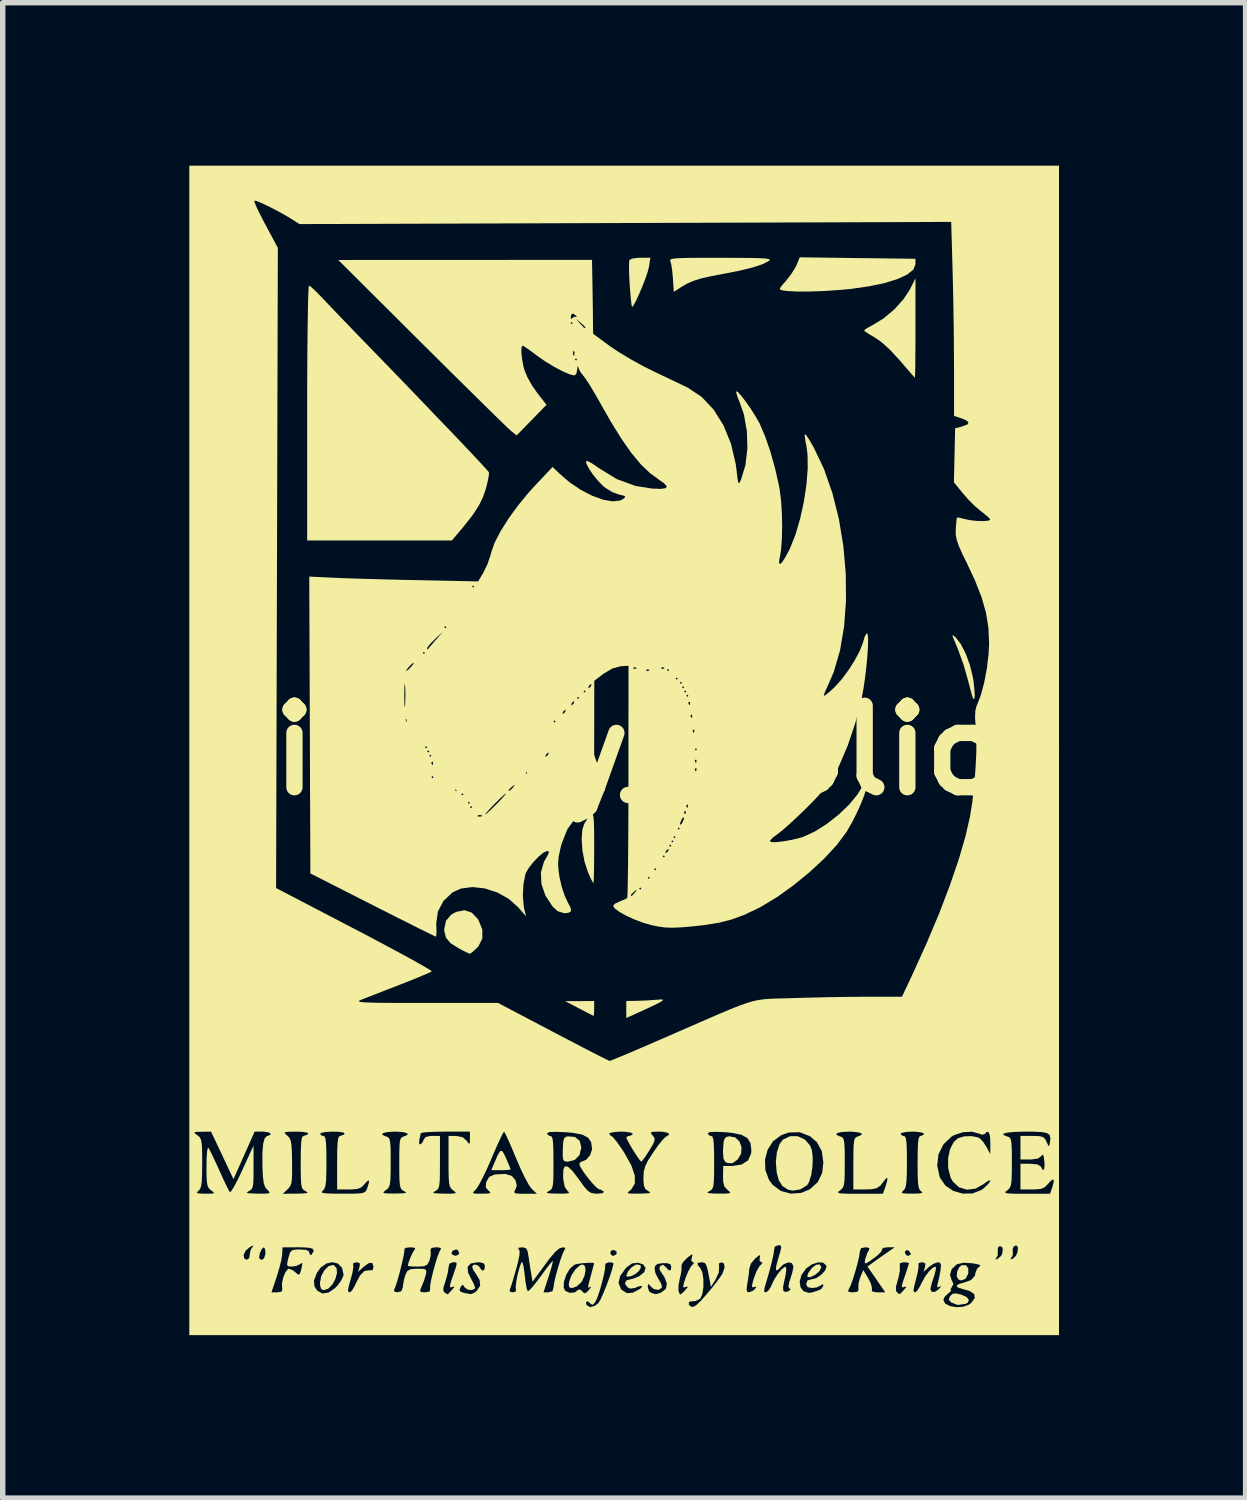
<source format=kicad_pcb>
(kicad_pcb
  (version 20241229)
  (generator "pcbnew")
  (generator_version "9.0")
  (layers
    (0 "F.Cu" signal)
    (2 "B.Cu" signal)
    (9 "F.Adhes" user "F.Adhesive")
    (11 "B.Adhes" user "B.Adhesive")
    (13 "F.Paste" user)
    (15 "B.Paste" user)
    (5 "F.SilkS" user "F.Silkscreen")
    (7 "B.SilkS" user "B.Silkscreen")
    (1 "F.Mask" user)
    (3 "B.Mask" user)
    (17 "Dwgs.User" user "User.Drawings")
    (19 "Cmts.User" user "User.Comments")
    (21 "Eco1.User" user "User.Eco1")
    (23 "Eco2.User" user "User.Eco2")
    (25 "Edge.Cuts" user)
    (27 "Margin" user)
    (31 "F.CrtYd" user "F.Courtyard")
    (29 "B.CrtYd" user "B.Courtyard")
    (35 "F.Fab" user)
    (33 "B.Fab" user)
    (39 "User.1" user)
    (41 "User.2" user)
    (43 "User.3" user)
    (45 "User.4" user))
  (footprint "Military_Police"
    (layer "F.Cu")
    (at 8.443 10.767)
    (property "Reference" "Military_Police" (at 0 0 0) (layer "F.SilkS") (effects (font (size 1.5 1.5) (thickness 0.3))))
    (attr board_only exclude_from_pos_files exclude_from_bom)
    (fp_poly (pts (xy 6.293 9.48) (xy 6.337 9.539) (xy 6.336 9.636) (xy 6.286 9.73) (xy 6.21 9.761) (xy 6.154 9.743) (xy 6.123 9.684) (xy 6.132 9.597) (xy 6.17 9.516) (xy 6.216 9.479)) (stroke (width 0) (type solid)) (fill yes) (layer "F.SilkS"))
    (fp_poly (pts (xy -0.552 4.753) (xy -0.555 4.843) (xy -0.561 4.888) (xy -0.562 4.889) (xy -0.599 4.871) (xy -0.688 4.826) (xy -0.81 4.762) (xy -0.828 4.753) (xy -1.085 4.618) (xy -0.818 4.617) (xy -0.552 4.615)) (stroke (width 0) (type solid)) (fill yes) (layer "F.SilkS"))
    (fp_poly (pts (xy 0.305 9.483) (xy 0.304 9.536) (xy 0.266 9.592) (xy 0.206 9.643) (xy 0.13 9.68) (xy 0.065 9.693) (xy 0.039 9.674) (xy 0.069 9.596) (xy 0.138 9.517) (xy 0.217 9.469) (xy 0.239 9.466)) (stroke (width 0) (type solid)) (fill yes) (layer "F.SilkS"))
    (fp_poly (pts (xy 3.627 9.505) (xy 3.629 9.523) (xy 3.597 9.587) (xy 3.522 9.654) (xy 3.435 9.697) (xy 3.401 9.702) (xy 3.37 9.688) (xy 3.386 9.634) (xy 3.396 9.614) (xy 3.461 9.526) (xy 3.533 9.473) (xy 3.595 9.464)) (stroke (width 0) (type solid)) (fill yes) (layer "F.SilkS"))
    (fp_poly (pts (xy 6.202 10.02) (xy 6.305 10.065) (xy 6.348 10.12) (xy 6.325 10.171) (xy 6.288 10.191) (xy 6.141 10.212) (xy 6.021 10.165) (xy 5.976 10.115) (xy 5.997 10.057) (xy 6.004 10.047) (xy 6.05 10.005) (xy 6.116 10)) (stroke (width 0) (type solid)) (fill yes) (layer "F.SilkS"))
    (fp_poly (pts (xy -2.213 7.427) (xy -2.174 7.512) (xy -2.127 7.621) (xy -2.097 7.696) (xy -2.09 7.716) (xy -2.126 7.724) (xy -2.215 7.73) (xy -2.268 7.73) (xy -2.446 7.73) (xy -2.389 7.593) (xy -2.328 7.452) (xy -2.285 7.38) (xy -2.251 7.373)) (stroke (width 0) (type solid)) (fill yes) (layer "F.SilkS"))
    (fp_poly (pts (xy 0.717 4.591) (xy 0.703 4.613) (xy 0.631 4.654) (xy 0.497 4.719) (xy 0.333 4.795) (xy 0.039 4.928) (xy 0.039 4.771) (xy 0.039 4.615) (xy 0.227 4.612) (xy 0.389 4.606) (xy 0.557 4.595) (xy 0.592 4.592) (xy 0.678 4.586)) (stroke (width 0) (type solid)) (fill yes) (layer "F.SilkS"))
    (fp_poly (pts (xy -5.345 9.48) (xy -5.295 9.534) (xy -5.288 9.626) (xy -5.318 9.734) (xy -5.374 9.837) (xy -5.449 9.912) (xy -5.528 9.939) (xy -5.579 9.921) (xy -5.599 9.852) (xy -5.601 9.803) (xy -5.578 9.682) (xy -5.521 9.574) (xy -5.444 9.498) (xy -5.364 9.475)) (stroke (width 0) (type solid)) (fill yes) (layer "F.SilkS"))
    (fp_poly (pts (xy -0.906 7.118) (xy -0.819 7.19) (xy -0.789 7.312) (xy -0.821 7.449) (xy -0.909 7.541) (xy -1.035 7.573) (xy -1.092 7.568) (xy -1.121 7.542) (xy -1.131 7.474) (xy -1.13 7.347) (xy -1.13 7.346) (xy -1.123 7.216) (xy -1.107 7.146) (xy -1.072 7.115) (xy -1.037 7.107)) (stroke (width 0) (type solid)) (fill yes) (layer "F.SilkS"))
    (fp_poly (pts (xy -0.721 9.497) (xy -0.711 9.576) (xy -0.731 9.677) (xy -0.777 9.776) (xy -0.792 9.796) (xy -0.871 9.868) (xy -0.952 9.9) (xy -0.954 9.9) (xy -1.008 9.889) (xy -1.021 9.842) (xy -1.01 9.773) (xy -0.967 9.658) (xy -0.894 9.553) (xy -0.813 9.482) (xy -0.762 9.466)) (stroke (width 0) (type solid)) (fill yes) (layer "F.SilkS"))
    (fp_poly (pts (xy 2.046 7.127) (xy 2.123 7.201) (xy 2.161 7.308) (xy 2.154 7.425) (xy 2.093 7.53) (xy 2.09 7.533) (xy 1.993 7.602) (xy 1.901 7.599) (xy 1.861 7.578) (xy 1.828 7.514) (xy 1.82 7.38) (xy 1.822 7.332) (xy 1.832 7.209) (xy 1.852 7.143) (xy 1.892 7.115) (xy 1.939 7.107)) (stroke (width 0) (type solid)) (fill yes) (layer "F.SilkS"))
    (fp_poly (pts (xy 0.457 -8.904) (xy 0.434 -8.814) (xy 0.391 -8.687) (xy 0.335 -8.543) (xy 0.274 -8.4) (xy 0.217 -8.276) (xy 0.171 -8.192) (xy 0.145 -8.164) (xy 0.136 -8.201) (xy 0.124 -8.3) (xy 0.111 -8.445) (xy 0.101 -8.578) (xy 0.092 -8.753) (xy 0.089 -8.899) (xy 0.092 -8.999) (xy 0.098 -9.032) (xy 0.149 -9.055) (xy 0.25 -9.07) (xy 0.303 -9.071) (xy 0.483 -9.071)) (stroke (width 0) (type solid)) (fill yes) (layer "F.SilkS"))
    (fp_poly (pts (xy 3.197 7.105) (xy 3.326 7.165) (xy 3.423 7.275) (xy 3.455 7.356) (xy 3.472 7.494) (xy 3.468 7.656) (xy 3.445 7.815) (xy 3.407 7.943) (xy 3.37 8.006) (xy 3.244 8.084) (xy 3.102 8.107) (xy 3.016 8.088) (xy 2.914 8.022) (xy 2.847 7.915) (xy 2.808 7.766) (xy 2.793 7.58) (xy 2.812 7.401) (xy 2.86 7.253) (xy 2.922 7.168) (xy 3.055 7.104)) (stroke (width 0) (type solid)) (fill yes) (layer "F.SilkS"))
    (fp_poly (pts (xy 6.071 -2.108) (xy 6.103 -2.08) (xy 6.198 -1.959) (xy 6.289 -1.781) (xy 6.367 -1.569) (xy 6.421 -1.345) (xy 6.432 -1.28) (xy 6.449 -1.124) (xy 6.455 -1.01) (xy 6.448 -0.947) (xy 6.431 -0.947) (xy 6.412 -0.99) (xy 6.393 -1.056) (xy 6.362 -1.171) (xy 6.333 -1.285) (xy 6.247 -1.586) (xy 6.14 -1.879) (xy 6.093 -1.992) (xy 6.053 -2.088) (xy 6.045 -2.123)) (stroke (width 0) (type solid)) (fill yes) (layer "F.SilkS"))
    (fp_poly (pts (xy -2.807 2.987) (xy -2.693 3.107) (xy -2.682 3.125) (xy -2.612 3.299) (xy -2.612 3.464) (xy -2.683 3.608) (xy -2.714 3.641) (xy -2.788 3.708) (xy -2.836 3.743) (xy -2.842 3.745) (xy -2.884 3.727) (xy -2.973 3.684) (xy -3.045 3.646) (xy -3.196 3.551) (xy -3.281 3.45) (xy -3.312 3.327) (xy -3.313 3.293) (xy -3.281 3.137) (xy -3.184 3.024) (xy -3.095 2.975) (xy -2.94 2.943)) (stroke (width 0) (type solid)) (fill yes) (layer "F.SilkS"))
    (fp_poly (pts (xy -0.575 1.187) (xy -0.564 1.236) (xy -0.557 1.33) (xy -0.553 1.481) (xy -0.552 1.696) (xy -0.552 1.79) (xy -0.553 2.007) (xy -0.555 2.194) (xy -0.559 2.338) (xy -0.563 2.425) (xy -0.567 2.445) (xy -0.588 2.412) (xy -0.63 2.327) (xy -0.668 2.238) (xy -0.73 2.049) (xy -0.769 1.84) (xy -0.783 1.637) (xy -0.77 1.462) (xy -0.737 1.356) (xy -0.676 1.257) (xy -0.614 1.186) (xy -0.614 1.185) (xy -0.591 1.173)) (stroke (width 0) (type solid)) (fill yes) (layer "F.SilkS"))
    (fp_poly (pts (xy 4.298 -9.065) (xy 5.364 -9.052) (xy 5.364 -8.95) (xy 5.326 -8.854) (xy 5.215 -8.764) (xy 5.039 -8.681) (xy 4.804 -8.607) (xy 4.516 -8.546) (xy 4.181 -8.498) (xy 3.994 -8.48) (xy 3.69 -8.459) (xy 3.413 -8.449) (xy 3.176 -8.449) (xy 2.994 -8.459) (xy 2.927 -8.468) (xy 2.877 -8.482) (xy 2.867 -8.506) (xy 2.902 -8.557) (xy 2.975 -8.64) (xy 3.07 -8.761) (xy 3.15 -8.888) (xy 3.174 -8.936) (xy 3.233 -9.079)) (stroke (width 0) (type solid)) (fill yes) (layer "F.SilkS"))
    (fp_poly (pts (xy 5.364 -7.778) (xy 5.364 -7.518) (xy 5.362 -7.288) (xy 5.361 -7.097) (xy 5.358 -6.956) (xy 5.356 -6.876) (xy 5.354 -6.863) (xy 5.326 -6.891) (xy 5.259 -6.967) (xy 5.162 -7.079) (xy 5.077 -7.179) (xy 4.898 -7.373) (xy 4.731 -7.523) (xy 4.614 -7.603) (xy 4.508 -7.665) (xy 4.437 -7.713) (xy 4.418 -7.732) (xy 4.45 -7.761) (xy 4.531 -7.808) (xy 4.585 -7.836) (xy 4.781 -7.957) (xy 4.976 -8.122) (xy 5.144 -8.308) (xy 5.262 -8.488) (xy 5.364 -8.693)) (stroke (width 0) (type solid)) (fill yes) (layer "F.SilkS"))
    (fp_poly (pts (xy 1.778 -9.07) (xy 1.78 -9.07) (xy 2.081 -9.069) (xy 2.31 -9.067) (xy 2.477 -9.064) (xy 2.588 -9.058) (xy 2.654 -9.049) (xy 2.68 -9.037) (xy 2.677 -9.021) (xy 2.666 -9.012) (xy 2.551 -8.953) (xy 2.362 -8.891) (xy 2.103 -8.828) (xy 1.834 -8.776) (xy 1.592 -8.73) (xy 1.41 -8.688) (xy 1.271 -8.644) (xy 1.157 -8.594) (xy 1.058 -8.536) (xy 0.914 -8.444) (xy 0.898 -8.688) (xy 0.885 -8.83) (xy 0.867 -8.947) (xy 0.851 -9.002) (xy 0.846 -9.024) (xy 0.857 -9.04) (xy 0.895 -9.053) (xy 0.967 -9.061) (xy 1.082 -9.066) (xy 1.25 -9.069) (xy 1.479 -9.07)) (stroke (width 0) (type solid)) (fill yes) (layer "F.SilkS"))
    (fp_poly (pts (xy -5.763 -8.532) (xy -5.685 -8.46) (xy -5.582 -8.356) (xy -5.54 -8.312) (xy -5.438 -8.204) (xy -5.295 -8.054) (xy -5.123 -7.875) (xy -4.937 -7.682) (xy -4.755 -7.494) (xy -4.384 -7.112) (xy -4.036 -6.752) (xy -3.715 -6.418) (xy -3.423 -6.113) (xy -3.164 -5.843) (xy -2.941 -5.609) (xy -2.76 -5.417) (xy -2.622 -5.269) (xy -2.531 -5.169) (xy -2.491 -5.122) (xy -2.49 -5.119) (xy -2.492 -5.063) (xy -2.512 -4.955) (xy -2.543 -4.829) (xy -2.598 -4.666) (xy -2.675 -4.509) (xy -2.785 -4.339) (xy -2.94 -4.141) (xy -3.016 -4.05) (xy -3.172 -3.865) (xy -4.505 -3.865) (xy -5.837 -3.865) (xy -5.837 -6.212) (xy -5.837 -6.634) (xy -5.835 -7.032) (xy -5.833 -7.398) (xy -5.829 -7.727) (xy -5.825 -8.01) (xy -5.821 -8.242) (xy -5.815 -8.415) (xy -5.81 -8.523) (xy -5.804 -8.559)) (stroke (width 0) (type solid)) (fill yes) (layer "F.SilkS"))
    (fp_poly (pts (xy -0.583 -8.539) (xy -0.58 -8.329) (xy -0.577 -8.129) (xy -0.575 -7.963) (xy -0.574 -7.859) (xy -0.572 -7.671) (xy -0.256 -7.439) (xy -0.093 -7.33) (xy 0.115 -7.205) (xy 0.341 -7.08) (xy 0.552 -6.974) (xy 0.744 -6.883) (xy 0.921 -6.799) (xy 1.065 -6.73) (xy 1.158 -6.685) (xy 1.169 -6.68) (xy 1.426 -6.51) (xy 1.647 -6.275) (xy 1.83 -5.984) (xy 1.967 -5.646) (xy 2.055 -5.27) (xy 2.071 -5.147) (xy 2.087 -5.005) (xy 2.101 -4.932) (xy 2.116 -4.918) (xy 2.137 -4.954) (xy 2.153 -4.989) (xy 2.234 -5.255) (xy 2.269 -5.56) (xy 2.259 -5.877) (xy 2.206 -6.182) (xy 2.129 -6.403) (xy 2.085 -6.513) (xy 2.063 -6.59) (xy 2.064 -6.613) (xy 2.097 -6.596) (xy 2.159 -6.526) (xy 2.24 -6.421) (xy 2.329 -6.293) (xy 2.414 -6.16) (xy 2.485 -6.036) (xy 2.496 -6.015) (xy 2.595 -5.783) (xy 2.693 -5.499) (xy 2.78 -5.188) (xy 2.85 -4.876) (xy 2.864 -4.797) (xy 2.889 -4.601) (xy 2.904 -4.372) (xy 2.909 -4.129) (xy 2.904 -3.896) (xy 2.889 -3.694) (xy 2.865 -3.544) (xy 2.858 -3.52) (xy 2.851 -3.449) (xy 2.873 -3.431) (xy 2.909 -3.465) (xy 2.966 -3.553) (xy 3.033 -3.679) (xy 3.052 -3.717) (xy 3.153 -3.968) (xy 3.239 -4.26) (xy 3.308 -4.574) (xy 3.356 -4.889) (xy 3.38 -5.186) (xy 3.377 -5.445) (xy 3.357 -5.598) (xy 3.334 -5.717) (xy 3.325 -5.801) (xy 3.327 -5.825) (xy 3.353 -5.802) (xy 3.405 -5.724) (xy 3.473 -5.609) (xy 3.485 -5.588) (xy 3.678 -5.185) (xy 3.834 -4.738) (xy 3.954 -4.26) (xy 4.036 -3.763) (xy 4.08 -3.259) (xy 4.085 -2.762) (xy 4.05 -2.284) (xy 3.974 -1.838) (xy 3.857 -1.437) (xy 3.746 -1.182) (xy 3.7 -1.082) (xy 3.677 -1.016) (xy 3.677 -1.003) (xy 3.711 -1.021) (xy 3.784 -1.08) (xy 3.875 -1.164) (xy 4.001 -1.303) (xy 4.13 -1.476) (xy 4.248 -1.662) (xy 4.341 -1.838) (xy 4.397 -1.982) (xy 4.402 -2.003) (xy 4.431 -2.099) (xy 4.466 -2.155) (xy 4.468 -2.156) (xy 4.485 -2.134) (xy 4.492 -2.047) (xy 4.489 -1.91) (xy 4.478 -1.737) (xy 4.46 -1.542) (xy 4.436 -1.339) (xy 4.407 -1.141) (xy 4.374 -0.962) (xy 4.371 -0.949) (xy 4.26 -0.516) (xy 4.118 -0.092) (xy 3.954 0.292) (xy 3.913 0.375) (xy 3.822 0.53) (xy 3.705 0.688) (xy 3.55 0.864) (xy 3.373 1.045) (xy 3.215 1.198) (xy 3.065 1.338) (xy 2.935 1.453) (xy 2.843 1.528) (xy 2.829 1.538) (xy 2.74 1.605) (xy 2.688 1.658) (xy 2.682 1.672) (xy 2.717 1.689) (xy 2.809 1.689) (xy 2.939 1.674) (xy 3.088 1.647) (xy 3.236 1.611) (xy 3.294 1.593) (xy 3.504 1.498) (xy 3.729 1.356) (xy 3.95 1.183) (xy 4.146 0.995) (xy 4.299 0.808) (xy 4.356 0.714) (xy 4.407 0.632) (xy 4.45 0.592) (xy 4.455 0.592) (xy 4.472 0.624) (xy 4.457 0.712) (xy 4.416 0.841) (xy 4.353 0.999) (xy 4.275 1.17) (xy 4.187 1.342) (xy 4.095 1.5) (xy 4.087 1.512) (xy 3.914 1.744) (xy 3.684 1.992) (xy 3.413 2.243) (xy 3.119 2.484) (xy 2.816 2.701) (xy 2.522 2.879) (xy 2.446 2.918) (xy 2.205 3.031) (xy 1.981 3.113) (xy 1.749 3.173) (xy 1.481 3.216) (xy 1.261 3.241) (xy 1.046 3.259) (xy 0.884 3.266) (xy 0.75 3.261) (xy 0.618 3.242) (xy 0.507 3.219) (xy 0.349 3.174) (xy 0.185 3.112) (xy 0.031 3.041) (xy -0.095 2.969) (xy -0.179 2.905) (xy -0.203 2.859) (xy -0.165 2.82) (xy -0.082 2.781) (xy -0.081 2.781) (xy 0.007 2.746) (xy 0.056 2.719) (xy 0.06 2.676) (xy 0.061 2.656) (xy 0.126 2.656) (xy 0.126 2.681) (xy 0.133 2.682) (xy 0.166 2.655) (xy 0.202 2.613) (xy 0.236 2.566) (xy 0.216 2.576) (xy 0.187 2.598) (xy 0.126 2.656) (xy 0.061 2.656) (xy 0.064 2.562) (xy 0.064 2.544) (xy 0.276 2.544) (xy 0.296 2.564) (xy 0.316 2.544) (xy 0.296 2.524) (xy 0.276 2.544) (xy 0.064 2.544) (xy 0.067 2.384) (xy 0.068 2.347) (xy 0.434 2.347) (xy 0.454 2.366) (xy 0.473 2.347) (xy 0.454 2.327) (xy 0.434 2.347) (xy 0.068 2.347) (xy 0.07 2.189) (xy 0.552 2.189) (xy 0.572 2.209) (xy 0.592 2.189) (xy 0.572 2.169) (xy 0.552 2.189) (xy 0.07 2.189) (xy 0.071 2.148) (xy 0.073 1.952) (xy 0.71 1.952) (xy 0.73 1.972) (xy 0.749 1.952) (xy 0.73 1.933) (xy 0.71 1.952) (xy 0.073 1.952) (xy 0.073 1.891) (xy 0.759 1.891) (xy 0.764 1.893) (xy 0.8 1.865) (xy 0.809 1.854) (xy 0.819 1.817) (xy 0.813 1.814) (xy 0.777 1.842) (xy 0.769 1.854) (xy 0.759 1.891) (xy 0.073 1.891) (xy 0.074 1.863) (xy 0.074 1.755) (xy 0.828 1.755) (xy 0.848 1.775) (xy 0.868 1.755) (xy 0.848 1.735) (xy 0.828 1.755) (xy 0.074 1.755) (xy 0.075 1.676) (xy 0.868 1.676) (xy 0.887 1.696) (xy 0.907 1.676) (xy 0.887 1.657) (xy 0.868 1.676) (xy 0.075 1.676) (xy 0.075 1.597) (xy 0.907 1.597) (xy 0.927 1.617) (xy 0.947 1.597) (xy 0.927 1.578) (xy 0.907 1.597) (xy 0.075 1.597) (xy 0.076 1.535) (xy 0.076 1.44) (xy 0.986 1.44) (xy 1.006 1.459) (xy 1.025 1.44) (xy 1.006 1.42) (xy 0.986 1.44) (xy 0.076 1.44) (xy 0.077 1.361) (xy 1.027 1.361) (xy 1.043 1.368) (xy 1.065 1.341) (xy 1.098 1.269) (xy 1.103 1.242) (xy 1.087 1.235) (xy 1.065 1.262) (xy 1.032 1.334) (xy 1.027 1.361) (xy 0.077 1.361) (xy 0.077 1.173) (xy 0.078 1.144) (xy 1.104 1.144) (xy 1.119 1.176) (xy 1.131 1.17) (xy 1.135 1.123) (xy 1.131 1.117) (xy 1.107 1.123) (xy 1.104 1.144) (xy 0.078 1.144) (xy 0.078 1.025) (xy 1.144 1.025) (xy 1.158 1.058) (xy 1.17 1.052) (xy 1.175 1.005) (xy 1.17 0.999) (xy 1.147 1.005) (xy 1.144 1.025) (xy 0.078 1.025) (xy 0.078 0.907) (xy 1.183 0.907) (xy 1.198 0.94) (xy 1.21 0.933) (xy 1.214 0.887) (xy 1.21 0.881) (xy 1.186 0.886) (xy 1.183 0.907) (xy 0.078 0.907) (xy 0.078 0.782) (xy 0.079 0.569) (xy 0.079 0.355) (xy 1.302 0.355) (xy 1.316 0.387) (xy 1.328 0.381) (xy 1.333 0.334) (xy 1.328 0.329) (xy 1.304 0.334) (xy 1.302 0.355) (xy 0.079 0.355) (xy 0.079 0.197) (xy 1.302 0.197) (xy 1.316 0.23) (xy 1.328 0.223) (xy 1.333 0.177) (xy 1.328 0.171) (xy 1.304 0.176) (xy 1.302 0.197) (xy 0.079 0.197) (xy 0.079 -0.02) (xy 1.302 -0.02) (xy 1.321 0) (xy 1.341 -0.02) (xy 1.321 -0.039) (xy 1.302 -0.02) (xy 0.079 -0.02) (xy 0.079 -0.355) (xy 1.262 -0.355) (xy 1.277 -0.323) (xy 1.288 -0.329) (xy 1.293 -0.375) (xy 1.288 -0.381) (xy 1.265 -0.376) (xy 1.262 -0.355) (xy 0.079 -0.355) (xy 0.079 -0.631) (xy 1.223 -0.631) (xy 1.237 -0.599) (xy 1.249 -0.605) (xy 1.254 -0.652) (xy 1.249 -0.657) (xy 1.226 -0.652) (xy 1.223 -0.631) (xy 0.079 -0.631) (xy 0.08 -0.868) (xy 1.183 -0.868) (xy 1.198 -0.835) (xy 1.21 -0.841) (xy 1.214 -0.888) (xy 1.21 -0.894) (xy 1.186 -0.889) (xy 1.183 -0.868) (xy 0.08 -0.868) (xy 0.08 -1.006) (xy 1.144 -1.006) (xy 1.164 -0.986) (xy 1.183 -1.006) (xy 1.164 -1.025) (xy 1.144 -1.006) (xy 0.08 -1.006) (xy 0.08 -1.085) (xy 1.104 -1.085) (xy 1.124 -1.065) (xy 1.144 -1.085) (xy 1.124 -1.104) (xy 1.104 -1.085) (xy 0.08 -1.085) (xy 0.08 -1.164) (xy 1.065 -1.164) (xy 1.085 -1.144) (xy 1.104 -1.164) (xy 1.085 -1.183) (xy 1.065 -1.164) (xy 0.08 -1.164) (xy 0.08 -1.242) (xy 1.025 -1.242) (xy 1.045 -1.223) (xy 1.065 -1.242) (xy 1.045 -1.262) (xy 1.025 -1.242) (xy 0.08 -1.242) (xy 0.08 -1.321) (xy 0.947 -1.321) (xy 0.966 -1.302) (xy 0.986 -1.321) (xy 0.966 -1.341) (xy 0.947 -1.321) (xy 0.08 -1.321) (xy 0.08 -1.486) (xy 0.408 -1.486) (xy 0.413 -1.462) (xy 0.434 -1.459) (xy 0.466 -1.474) (xy 0.464 -1.479) (xy 0.789 -1.479) (xy 0.809 -1.459) (xy 0.828 -1.479) (xy 0.809 -1.499) (xy 0.789 -1.479) (xy 0.464 -1.479) (xy 0.46 -1.486) (xy 0.413 -1.49) (xy 0.408 -1.486) (xy 0.08 -1.486) (xy 0.08 -1.525) (xy 0.171 -1.525) (xy 0.176 -1.502) (xy 0.197 -1.499) (xy 0.23 -1.513) (xy 0.223 -1.525) (xy 0.684 -1.525) (xy 0.689 -1.502) (xy 0.71 -1.499) (xy 0.742 -1.513) (xy 0.736 -1.525) (xy 0.689 -1.53) (xy 0.684 -1.525) (xy 0.223 -1.525) (xy 0.177 -1.53) (xy 0.171 -1.525) (xy 0.08 -1.525) (xy 0.08 -1.558) (xy -0.064 -1.549) (xy -0.216 -1.508) (xy -0.379 -1.411) (xy -0.55 -1.282) (xy -0.552 -0.118) (xy -0.555 1.045) (xy -0.721 1.124) (xy -0.903 1.254) (xy -1.046 1.453) (xy -1.152 1.72) (xy -1.17 1.79) (xy -1.206 1.957) (xy -1.217 2.092) (xy -1.205 2.237) (xy -1.189 2.341) (xy -1.15 2.511) (xy -1.096 2.674) (xy -1.045 2.784) (xy -0.986 2.899) (xy -0.979 2.964) (xy -1.027 2.992) (xy -1.107 2.998) (xy -1.226 2.96) (xy -1.319 2.874) (xy -1.451 2.672) (xy -1.524 2.457) (xy -1.533 2.246) (xy -1.478 2.055) (xy -1.459 2.02) (xy -1.402 1.921) (xy -1.384 1.871) (xy -1.403 1.855) (xy -1.42 1.854) (xy -1.486 1.883) (xy -1.577 1.958) (xy -1.674 2.06) (xy -1.758 2.167) (xy -1.812 2.26) (xy -1.815 2.269) (xy -1.854 2.459) (xy -1.866 2.678) (xy -1.848 2.88) (xy -1.84 2.919) (xy -1.806 3.057) (xy -1.949 2.891) (xy -2.125 2.734) (xy -2.337 2.616) (xy -2.565 2.542) (xy -2.793 2.517) (xy -3.003 2.544) (xy -3.159 2.614) (xy -3.327 2.772) (xy -3.43 2.968) (xy -3.461 3.192) (xy -3.459 3.224) (xy -3.455 3.339) (xy -3.46 3.414) (xy -3.468 3.43) (xy -3.507 3.412) (xy -3.608 3.363) (xy -3.763 3.286) (xy -3.962 3.186) (xy -4.198 3.068) (xy -4.462 2.934) (xy -4.634 2.847) (xy -5.778 2.266) (xy -5.782 1.213) (xy -2.704 1.213) (xy -2.666 1.22) (xy -2.614 1.212) (xy -2.614 1.199) (xy -2.667 1.189) (xy -2.689 1.196) (xy -2.704 1.213) (xy -5.782 1.213) (xy -5.782 1.183) (xy -2.561 1.183) (xy -2.561 1.183) (xy -2.525 1.157) (xy -2.451 1.089) (xy -2.353 0.992) (xy -2.347 0.986) (xy -2.254 0.889) (xy -2.192 0.819) (xy -2.171 0.789) (xy -2.172 0.789) (xy -2.208 0.815) (xy -2.282 0.883) (xy -2.38 0.98) (xy -2.386 0.986) (xy -2.479 1.083) (xy -2.541 1.153) (xy -2.561 1.183) (xy -5.782 1.183) (xy -5.783 1.045) (xy -2.84 1.045) (xy -2.82 1.065) (xy -2.8 1.045) (xy -2.82 1.025) (xy -2.84 1.045) (xy -5.783 1.045) (xy -5.783 0.966) (xy -2.879 0.966) (xy -2.859 0.986) (xy -2.84 0.966) (xy -2.859 0.947) (xy -2.879 0.966) (xy -5.783 0.966) (xy -5.784 0.809) (xy -2.998 0.809) (xy -2.978 0.828) (xy -2.958 0.809) (xy -2.978 0.789) (xy -2.998 0.809) (xy -5.784 0.809) (xy -5.784 0.73) (xy -3.116 0.73) (xy -3.096 0.749) (xy -3.081 0.734) (xy -2.13 0.734) (xy -2.111 0.746) (xy -2.058 0.696) (xy -2.046 0.68) (xy -2.012 0.634) (xy -2.032 0.643) (xy -2.061 0.665) (xy -2.115 0.714) (xy -2.13 0.734) (xy -3.081 0.734) (xy -3.076 0.73) (xy -3.096 0.71) (xy -3.116 0.73) (xy -5.784 0.73) (xy -5.785 0.493) (xy -3.55 0.493) (xy -3.53 0.513) (xy -3.51 0.493) (xy -3.53 0.473) (xy -3.55 0.493) (xy -5.785 0.493) (xy -5.785 0.414) (xy -1.814 0.414) (xy -1.795 0.434) (xy -1.775 0.414) (xy -1.795 0.394) (xy -1.814 0.414) (xy -5.785 0.414) (xy -5.786 0.237) (xy -3.55 0.237) (xy -3.535 0.269) (xy -3.523 0.263) (xy -3.519 0.216) (xy -3.523 0.21) (xy -3.547 0.216) (xy -3.55 0.237) (xy -5.786 0.237) (xy -5.786 0.099) (xy -3.589 0.099) (xy -3.569 0.118) (xy -3.567 0.116) (xy -1.45 0.116) (xy -1.444 0.118) (xy -1.408 0.091) (xy -1.4 0.079) (xy -1.39 0.042) (xy -1.395 0.039) (xy -1.431 0.067) (xy -1.44 0.079) (xy -1.45 0.116) (xy -3.567 0.116) (xy -3.55 0.099) (xy -3.569 0.079) (xy -3.589 0.099) (xy -5.786 0.099) (xy -5.786 0.02) (xy -3.629 0.02) (xy -3.609 0.039) (xy -3.589 0.02) (xy -3.609 0) (xy -3.629 0.02) (xy -5.786 0.02) (xy -5.787 -0.059) (xy -3.668 -0.059) (xy -3.648 -0.039) (xy -3.629 -0.059) (xy -3.648 -0.079) (xy -3.668 -0.059) (xy -5.787 -0.059) (xy -5.787 -0.225) (xy -3.819 -0.225) (xy -3.81 -0.203) (xy -3.77 -0.161) (xy -3.747 -0.17) (xy -3.747 -0.175) (xy -3.775 -0.209) (xy -3.792 -0.221) (xy -3.819 -0.225) (xy -5.787 -0.225) (xy -5.788 -0.457) (xy -3.973 -0.457) (xy -3.969 -0.416) (xy -3.94 -0.347) (xy -3.903 -0.29) (xy -3.884 -0.276) (xy -3.886 -0.307) (xy -3.912 -0.375) (xy -3.949 -0.441) (xy -3.973 -0.457) (xy -5.788 -0.457) (xy -5.788 -0.467) (xy -5.789 -0.552) (xy -4.023 -0.552) (xy -4.009 -0.52) (xy -3.997 -0.526) (xy -3.996 -0.532) (xy -1.302 -0.532) (xy -1.282 -0.513) (xy -1.262 -0.532) (xy -1.282 -0.552) (xy -1.302 -0.532) (xy -3.996 -0.532) (xy -3.992 -0.573) (xy -3.997 -0.578) (xy -4.02 -0.573) (xy -4.023 -0.552) (xy -5.789 -0.552) (xy -5.789 -0.673) (xy -1.134 -0.673) (xy -1.129 -0.67) (xy -1.093 -0.698) (xy -1.085 -0.71) (xy -1.075 -0.747) (xy -1.08 -0.749) (xy -1.116 -0.722) (xy -1.124 -0.71) (xy -1.134 -0.673) (xy -5.789 -0.673) (xy -5.79 -1.006) (xy -4.048 -1.006) (xy -4.047 -0.875) (xy -4.043 -0.804) (xy -4.038 -0.8) (xy -4.034 -0.831) (xy -0.976 -0.831) (xy -0.971 -0.828) (xy -0.935 -0.856) (xy -0.927 -0.868) (xy -0.917 -0.905) (xy -0.922 -0.907) (xy -0.958 -0.879) (xy -0.966 -0.868) (xy -0.976 -0.831) (xy -4.034 -0.831) (xy -4.033 -0.839) (xy -4.029 -0.966) (xy -0.868 -0.966) (xy -0.848 -0.947) (xy -0.828 -0.966) (xy -0.848 -0.986) (xy -0.868 -0.966) (xy -4.029 -0.966) (xy -4.027 -0.997) (xy -4.029 -1.085) (xy -0.749 -1.085) (xy -0.73 -1.065) (xy -0.71 -1.085) (xy -0.73 -1.104) (xy -0.749 -1.085) (xy -4.029 -1.085) (xy -4.031 -1.146) (xy -0.661 -1.146) (xy -0.655 -1.144) (xy -0.619 -1.172) (xy -0.611 -1.183) (xy -0.601 -1.22) (xy -0.607 -1.223) (xy -0.643 -1.195) (xy -0.651 -1.183) (xy -0.661 -1.146) (xy -4.031 -1.146) (xy -4.031 -1.157) (xy -4.034 -1.194) (xy -4.04 -1.231) (xy -4.045 -1.197) (xy -4.048 -1.101) (xy -4.048 -1.006) (xy -5.79 -1.006) (xy -5.792 -1.459) (xy -4.015 -1.459) (xy -3.977 -1.485) (xy -3.924 -1.538) (xy -3.879 -1.595) (xy -3.873 -1.617) (xy -3.911 -1.591) (xy -3.964 -1.538) (xy -4.009 -1.481) (xy -4.015 -1.459) (xy -5.792 -1.459) (xy -5.793 -1.795) (xy -3.707 -1.795) (xy -3.688 -1.775) (xy -3.668 -1.795) (xy -3.688 -1.814) (xy -3.707 -1.795) (xy -5.793 -1.795) (xy -5.793 -1.879) (xy -3.629 -1.879) (xy -3.621 -1.854) (xy -3.619 -1.857) (xy -3.589 -1.894) (xy -3.524 -1.97) (xy -3.471 -2.032) (xy -3.333 -2.189) (xy -3.481 -2.053) (xy -3.565 -1.968) (xy -3.619 -1.901) (xy -3.629 -1.879) (xy -5.793 -1.879) (xy -5.795 -2.268) (xy -3.313 -2.268) (xy -3.293 -2.248) (xy -3.274 -2.268) (xy -3.293 -2.288) (xy -3.313 -2.268) (xy -5.795 -2.268) (xy -5.798 -3.017) (xy -2.8 -3.017) (xy -2.781 -2.998) (xy -2.761 -3.017) (xy -2.781 -3.037) (xy -2.8 -3.017) (xy -5.798 -3.017) (xy -5.798 -3.2) (xy -5.335 -3.178) (xy -5.166 -3.171) (xy -4.936 -3.163) (xy -4.66 -3.155) (xy -4.355 -3.147) (xy -4.037 -3.139) (xy -3.78 -3.134) (xy -2.688 -3.111) (xy -2.588 -3.282) (xy -2.517 -3.43) (xy -2.459 -3.598) (xy -2.445 -3.654) (xy -2.386 -3.823) (xy -2.278 -4.032) (xy -2.131 -4.266) (xy -1.953 -4.511) (xy -1.753 -4.754) (xy -1.631 -4.887) (xy -1.318 -5.219) (xy -1.193 -5.098) (xy -1.002 -4.934) (xy -0.795 -4.795) (xy -0.585 -4.687) (xy -0.385 -4.615) (xy -0.21 -4.585) (xy -0.072 -4.601) (xy -0.023 -4.626) (xy 0.02 -4.664) (xy 0.008 -4.686) (xy -0.07 -4.705) (xy -0.093 -4.71) (xy -0.214 -4.754) (xy -0.342 -4.831) (xy -0.38 -4.861) (xy -0.48 -4.962) (xy -0.575 -5.079) (xy -0.652 -5.193) (xy -0.697 -5.285) (xy -0.702 -5.328) (xy -0.668 -5.325) (xy -0.587 -5.281) (xy -0.478 -5.207) (xy -0.465 -5.197) (xy -0.135 -4.995) (xy 0.21 -4.869) (xy 0.503 -4.822) (xy 0.672 -4.815) (xy 0.765 -4.828) (xy 0.785 -4.862) (xy 0.733 -4.92) (xy 0.641 -4.984) (xy 0.471 -5.109) (xy 0.302 -5.272) (xy 0.13 -5.48) (xy -0.052 -5.74) (xy -0.25 -6.06) (xy -0.434 -6.383) (xy -0.533 -6.558) (xy -0.625 -6.712) (xy -0.7 -6.829) (xy -0.748 -6.893) (xy -0.751 -6.896) (xy -0.815 -6.982) (xy -0.839 -7.04) (xy -0.853 -7.08) (xy -0.861 -7.046) (xy -0.863 -7.011) (xy -0.882 -6.932) (xy -0.917 -6.903) (xy -1.005 -6.925) (xy -1.138 -6.983) (xy -1.295 -7.066) (xy -1.458 -7.165) (xy -1.505 -7.198) (xy -0.907 -7.198) (xy -0.887 -7.178) (xy -0.868 -7.198) (xy -0.887 -7.218) (xy -0.907 -7.198) (xy -1.505 -7.198) (xy -1.607 -7.269) (xy -1.616 -7.276) (xy -1.674 -7.32) (xy -0.943 -7.32) (xy -0.936 -7.268) (xy -0.923 -7.268) (xy -0.913 -7.321) (xy -0.92 -7.343) (xy -0.937 -7.358) (xy -0.943 -7.32) (xy -1.674 -7.32) (xy -1.731 -7.362) (xy -1.821 -7.425) (xy -1.868 -7.454) (xy -1.87 -7.454) (xy -1.89 -7.42) (xy -1.893 -7.33) (xy -1.88 -7.207) (xy -1.855 -7.072) (xy -1.836 -7.002) (xy -1.781 -6.871) (xy -1.694 -6.716) (xy -1.605 -6.588) (xy -1.43 -6.363) (xy -1.705 -6.081) (xy -1.98 -5.799) (xy -2.088 -5.887) (xy -2.136 -5.931) (xy -2.234 -6.025) (xy -2.377 -6.164) (xy -2.559 -6.343) (xy -2.775 -6.556) (xy -3.019 -6.797) (xy -3.286 -7.061) (xy -3.57 -7.343) (xy -3.731 -7.503) (xy -4.098 -7.868) (xy -0.986 -7.868) (xy -0.966 -7.849) (xy -0.947 -7.868) (xy -0.966 -7.888) (xy -0.986 -7.868) (xy -4.098 -7.868) (xy -4.207 -7.977) (xy -0.983 -7.977) (xy -0.973 -7.939) (xy -0.967 -7.947) (xy -0.887 -7.947) (xy -0.812 -7.859) (xy -0.742 -7.784) (xy -0.712 -7.773) (xy -0.71 -7.783) (xy -0.737 -7.816) (xy -0.799 -7.872) (xy -0.887 -7.947) (xy -0.967 -7.947) (xy -0.96 -7.957) (xy -0.918 -7.987) (xy -0.898 -7.981) (xy -0.874 -7.98) (xy -0.884 -8) (xy -0.936 -8.044) (xy -0.976 -8.021) (xy -0.983 -7.977) (xy -4.207 -7.977) (xy -5.265 -9.03) (xy -2.928 -9.031) (xy -0.592 -9.032)) (stroke (width 0) (type solid)) (fill yes) (layer "F.SilkS"))
    (fp_poly (pts (xy 8.007 0) (xy 8.007 10.767) (xy 0 10.767) (xy -8.007 10.767) (xy -8.007 10.164) (xy -0.704 10.164) (xy -0.692 10.213) (xy -0.629 10.252) (xy -0.541 10.229) (xy -0.508 10.203) (xy 1.19 10.203) (xy 1.21 10.228) (xy 1.257 10.252) (xy 1.32 10.221) (xy 1.341 10.204) (xy 1.41 10.137) (xy 1.428 10.117) (xy 5.877 10.117) (xy 5.911 10.186) (xy 5.998 10.232) (xy 6.116 10.253) (xy 6.241 10.245) (xy 6.349 10.206) (xy 6.389 10.176) (xy 6.455 10.085) (xy 6.447 10.012) (xy 6.364 9.956) (xy 6.242 9.921) (xy 6.142 9.889) (xy 6.121 9.854) (xy 6.178 9.821) (xy 6.238 9.806) (xy 6.384 9.755) (xy 6.458 9.676) (xy 6.468 9.621) (xy 6.5 9.542) (xy 6.536 9.511) (xy 6.561 9.486) (xy 6.526 9.466) (xy 6.422 9.446) (xy 6.41 9.444) (xy 6.251 9.434) (xy 6.137 9.46) (xy 6.115 9.471) (xy 6.03 9.554) (xy 6 9.658) (xy 6.031 9.758) (xy 6.036 9.764) (xy 6.063 9.827) (xy 6.034 9.88) (xy 6.009 9.928) (xy 6.019 9.939) (xy 6.016 9.958) (xy 5.964 10.001) (xy 5.899 10.065) (xy 5.877 10.117) (xy 1.428 10.117) (xy 1.506 10.029) (xy 1.599 9.918) (xy 2.254 9.918) (xy 2.264 9.967) (xy 2.297 9.979) (xy 2.334 9.965) (xy 2.577 9.965) (xy 2.606 9.981) (xy 2.652 9.951) (xy 2.7 9.881) (xy 2.713 9.85) (xy 2.763 9.744) (xy 2.83 9.639) (xy 2.899 9.556) (xy 2.955 9.512) (xy 2.979 9.513) (xy 2.985 9.563) (xy 2.972 9.663) (xy 2.955 9.739) (xy 2.926 9.879) (xy 2.931 9.954) (xy 2.973 9.974) (xy 3.025 9.959) (xy 3.066 9.929) (xy 3.049 9.912) (xy 3.026 9.88) (xy 3.037 9.803) (xy 3.044 9.78) (xy 3.232 9.78) (xy 3.247 9.886) (xy 3.305 9.961) (xy 3.402 9.989) (xy 3.47 9.979) (xy 3.514 9.964) (xy 4.122 9.964) (xy 4.176 9.978) (xy 4.212 9.979) (xy 4.294 9.969) (xy 4.317 9.934) (xy 4.312 9.906) (xy 4.314 9.822) (xy 4.343 9.713) (xy 4.347 9.702) (xy 4.402 9.569) (xy 4.492 9.716) (xy 4.543 9.818) (xy 4.563 9.901) (xy 4.561 9.92) (xy 4.564 9.961) (xy 4.626 9.977) (xy 4.673 9.979) (xy 4.808 9.979) (xy 4.74 9.881) (xy 5.003 9.881) (xy 5.007 9.954) (xy 5.021 9.974) (xy 5.057 10.009) (xy 5.084 10.006) (xy 5.131 9.957) (xy 5.149 9.937) (xy 5.156 9.929) (xy 5.329 9.929) (xy 5.332 9.967) (xy 5.352 9.978) (xy 5.362 9.979) (xy 5.399 9.946) (xy 5.45 9.863) (xy 5.475 9.811) (xy 5.537 9.696) (xy 5.611 9.596) (xy 5.68 9.528) (xy 5.731 9.508) (xy 5.739 9.513) (xy 5.739 9.558) (xy 5.716 9.651) (xy 5.7 9.701) (xy 5.663 9.816) (xy 5.642 9.904) (xy 5.64 9.924) (xy 5.666 9.972) (xy 5.726 9.97) (xy 5.795 9.921) (xy 5.803 9.912) (xy 5.837 9.866) (xy 5.818 9.869) (xy 5.801 9.879) (xy 5.765 9.889) (xy 5.767 9.842) (xy 5.774 9.817) (xy 5.799 9.712) (xy 5.823 9.585) (xy 5.825 9.574) (xy 5.834 9.477) (xy 5.816 9.434) (xy 5.776 9.426) (xy 5.698 9.452) (xy 5.61 9.513) (xy 5.608 9.515) (xy 5.512 9.604) (xy 5.539 9.515) (xy 5.547 9.448) (xy 5.502 9.427) (xy 5.483 9.426) (xy 5.425 9.439) (xy 5.419 9.459) (xy 5.421 9.513) (xy 5.404 9.616) (xy 5.382 9.706) (xy 5.346 9.847) (xy 5.329 9.929) (xy 5.156 9.929) (xy 5.194 9.883) (xy 5.185 9.872) (xy 5.155 9.882) (xy 5.122 9.889) (xy 5.113 9.864) (xy 5.13 9.792) (xy 5.168 9.681) (xy 5.209 9.559) (xy 5.237 9.471) (xy 5.246 9.44) (xy 5.212 9.43) (xy 5.151 9.426) (xy 5.082 9.44) (xy 5.073 9.491) (xy 5.076 9.504) (xy 5.076 9.587) (xy 5.052 9.706) (xy 5.037 9.756) (xy 5.003 9.881) (xy 4.74 9.881) (xy 4.644 9.741) (xy 4.48 9.504) (xy 4.574 9.436) (xy 4.662 9.373) (xy 6.834 9.373) (xy 6.835 9.372) (xy 7.11 9.372) (xy 7.149 9.365) (xy 7.153 9.364) (xy 7.213 9.309) (xy 7.242 9.243) (xy 7.252 9.149) (xy 7.221 9.116) (xy 7.178 9.131) (xy 7.151 9.186) (xy 7.157 9.218) (xy 7.154 9.298) (xy 7.134 9.334) (xy 7.11 9.372) (xy 6.835 9.372) (xy 6.872 9.366) (xy 6.875 9.364) (xy 6.94 9.309) (xy 6.962 9.265) (xy 6.971 9.184) (xy 6.961 9.15) (xy 6.919 9.125) (xy 6.882 9.154) (xy 6.879 9.213) (xy 6.88 9.218) (xy 6.878 9.298) (xy 6.858 9.334) (xy 6.834 9.373) (xy 4.662 9.373) (xy 4.665 9.371) (xy 4.782 9.288) (xy 4.824 9.259) (xy 4.843 9.246) (xy 5.167 9.246) (xy 5.199 9.3) (xy 5.229 9.308) (xy 5.275 9.285) (xy 5.276 9.261) (xy 5.237 9.209) (xy 5.19 9.203) (xy 5.167 9.246) (xy 4.843 9.246) (xy 4.981 9.15) (xy 4.855 9.15) (xy 4.775 9.16) (xy 4.748 9.182) (xy 4.75 9.185) (xy 4.735 9.228) (xy 4.673 9.293) (xy 4.644 9.316) (xy 4.526 9.403) (xy 4.458 9.444) (xy 4.431 9.441) (xy 4.433 9.397) (xy 4.441 9.361) (xy 4.474 9.261) (xy 4.507 9.2) (xy 4.516 9.163) (xy 4.459 9.151) (xy 4.442 9.15) (xy 4.363 9.166) (xy 4.339 9.225) (xy 4.339 9.235) (xy 4.327 9.321) (xy 4.296 9.451) (xy 4.254 9.602) (xy 4.208 9.748) (xy 4.165 9.866) (xy 4.132 9.929) (xy 4.122 9.964) (xy 3.514 9.964) (xy 3.566 9.947) (xy 3.627 9.92) (xy 3.666 9.864) (xy 3.668 9.85) (xy 3.653 9.827) (xy 3.621 9.852) (xy 3.548 9.888) (xy 3.463 9.9) (xy 3.38 9.885) (xy 3.353 9.833) (xy 3.352 9.821) (xy 3.377 9.758) (xy 3.445 9.742) (xy 3.538 9.717) (xy 3.63 9.655) (xy 3.701 9.577) (xy 3.726 9.503) (xy 3.723 9.488) (xy 3.666 9.434) (xy 3.57 9.427) (xy 3.458 9.464) (xy 3.351 9.54) (xy 3.349 9.542) (xy 3.265 9.66) (xy 3.232 9.78) (xy 3.044 9.78) (xy 3.059 9.735) (xy 3.095 9.617) (xy 3.115 9.519) (xy 3.116 9.5) (xy 3.088 9.441) (xy 3.021 9.428) (xy 2.939 9.461) (xy 2.89 9.505) (xy 2.826 9.57) (xy 2.795 9.571) (xy 2.798 9.506) (xy 2.832 9.372) (xy 2.84 9.348) (xy 2.878 9.219) (xy 2.892 9.148) (xy 2.882 9.118) (xy 2.848 9.111) (xy 2.836 9.111) (xy 2.774 9.139) (xy 2.761 9.2) (xy 2.749 9.285) (xy 2.717 9.427) (xy 2.67 9.607) (xy 2.612 9.807) (xy 2.585 9.896) (xy 2.577 9.965) (xy 2.334 9.965) (xy 2.371 9.951) (xy 2.407 9.919) (xy 2.436 9.876) (xy 2.406 9.878) (xy 2.395 9.882) (xy 2.361 9.888) (xy 2.353 9.86) (xy 2.37 9.782) (xy 2.39 9.715) (xy 2.436 9.594) (xy 2.488 9.502) (xy 2.513 9.476) (xy 2.55 9.436) (xy 2.527 9.426) (xy 2.492 9.396) (xy 2.496 9.348) (xy 2.506 9.299) (xy 2.486 9.298) (xy 2.423 9.347) (xy 2.412 9.356) (xy 2.334 9.45) (xy 2.304 9.543) (xy 2.295 9.647) (xy 2.275 9.779) (xy 2.269 9.811) (xy 2.254 9.918) (xy 1.599 9.918) (xy 1.613 9.902) (xy 1.712 9.776) (xy 1.786 9.674) (xy 1.809 9.636) (xy 1.849 9.524) (xy 1.84 9.45) (xy 1.79 9.426) (xy 1.745 9.448) (xy 1.749 9.513) (xy 1.742 9.617) (xy 1.685 9.74) (xy 1.598 9.88) (xy 1.564 9.702) (xy 1.536 9.559) (xy 1.512 9.476) (xy 1.484 9.438) (xy 1.444 9.427) (xy 1.421 9.426) (xy 1.353 9.438) (xy 1.354 9.477) (xy 1.4 9.531) (xy 1.44 9.612) (xy 1.459 9.738) (xy 1.459 9.88) (xy 1.44 10.008) (xy 1.402 10.094) (xy 1.394 10.102) (xy 1.308 10.141) (xy 1.256 10.144) (xy 1.193 10.155) (xy 1.19 10.203) (xy -0.508 10.203) (xy -0.476 10.178) (xy -0.438 10.117) (xy -0.386 10.003) (xy -0.327 9.859) (xy -0.308 9.806) (xy -0.104 9.806) (xy -0.059 9.918) (xy -0.041 9.938) (xy 0.053 9.995) (xy 0.162 9.986) (xy 0.295 9.914) (xy 0.321 9.887) (xy 0.435 9.887) (xy 0.462 9.965) (xy 0.503 9.991) (xy 0.565 10.008) (xy 0.579 10.013) (xy 0.617 10.005) (xy 0.688 9.98) (xy 0.719 9.954) (xy 1 9.954) (xy 1.023 10.012) (xy 1.038 10.018) (xy 1.072 9.992) (xy 1.126 9.937) (xy 1.171 9.883) (xy 1.162 9.872) (xy 1.133 9.882) (xy 1.096 9.891) (xy 1.087 9.868) (xy 1.104 9.797) (xy 1.13 9.716) (xy 1.179 9.595) (xy 1.231 9.503) (xy 1.255 9.476) (xy 1.289 9.436) (xy 1.267 9.426) (xy 1.235 9.397) (xy 1.245 9.34) (xy 1.259 9.288) (xy 1.244 9.282) (xy 1.187 9.324) (xy 1.155 9.35) (xy 1.083 9.424) (xy 1.054 9.486) (xy 1.056 9.497) (xy 1.057 9.563) (xy 1.038 9.672) (xy 1.025 9.722) (xy 1.001 9.85) (xy 1 9.954) (xy 0.719 9.954) (xy 0.769 9.915) (xy 0.786 9.816) (xy 0.739 9.694) (xy 0.705 9.646) (xy 0.652 9.563) (xy 0.654 9.51) (xy 0.668 9.493) (xy 0.717 9.471) (xy 0.766 9.515) (xy 0.826 9.577) (xy 0.86 9.565) (xy 0.868 9.511) (xy 0.852 9.462) (xy 0.792 9.443) (xy 0.72 9.442) (xy 0.618 9.454) (xy 0.572 9.49) (xy 0.56 9.533) (xy 0.574 9.622) (xy 0.625 9.725) (xy 0.633 9.736) (xy 0.683 9.823) (xy 0.695 9.888) (xy 0.693 9.896) (xy 0.629 9.936) (xy 0.547 9.92) (xy 0.489 9.87) (xy 0.449 9.825) (xy 0.436 9.851) (xy 0.435 9.887) (xy 0.321 9.887) (xy 0.333 9.875) (xy 0.313 9.861) (xy 0.251 9.875) (xy 0.2 9.898) (xy 0.109 9.911) (xy 0.059 9.884) (xy 0.015 9.82) (xy 0.036 9.763) (xy 0.103 9.742) (xy 0.177 9.725) (xy 0.276 9.683) (xy 0.28 9.68) (xy 0.37 9.608) (xy 0.393 9.53) (xy 0.351 9.466) (xy 0.256 9.434) (xy 0.146 9.447) (xy 0.046 9.518) (xy 0.032 9.533) (xy -0.073 9.676) (xy -0.104 9.806) (xy -0.308 9.806) (xy -0.271 9.707) (xy -0.226 9.57) (xy -0.2 9.47) (xy -0.197 9.444) (xy -0.23 9.43) (xy -0.278 9.426) (xy -0.338 9.446) (xy -0.349 9.476) (xy -0.353 9.549) (xy -0.376 9.672) (xy -0.413 9.819) (xy -0.456 9.967) (xy -0.499 10.09) (xy -0.535 10.163) (xy -0.535 10.163) (xy -0.582 10.211) (xy -0.617 10.193) (xy -0.628 10.177) (xy -0.675 10.142) (xy -0.704 10.164) (xy -8.007 10.164) (xy -8.007 9.979) (xy -6.494 9.979) (xy -6.386 9.979) (xy -6.31 9.968) (xy -6.294 9.926) (xy -6.298 9.902) (xy -6.301 9.812) (xy -6.29 9.762) (xy -5.712 9.762) (xy -5.703 9.87) (xy -5.652 9.948) (xy -5.558 10.001) (xy -5.444 9.984) (xy -5.367 9.931) (xy -5.084 9.931) (xy -5.079 9.969) (xy -5.053 9.978) (xy -5.049 9.979) (xy -5.011 9.946) (xy -5.005 9.935) (xy -4.237 9.935) (xy -4.229 9.969) (xy -4.173 9.978) (xy -4.104 9.96) (xy -4.077 9.892) (xy -4.075 9.869) (xy -4.054 9.744) (xy -4.026 9.652) (xy -3.991 9.585) (xy -3.936 9.554) (xy -3.834 9.545) (xy -3.806 9.545) (xy -3.697 9.547) (xy -3.649 9.564) (xy -3.643 9.607) (xy -3.652 9.653) (xy -3.689 9.774) (xy -3.729 9.87) (xy -3.759 9.946) (xy -3.741 9.974) (xy -3.666 9.979) (xy -3.586 9.967) (xy -3.582 9.957) (xy -3.328 9.957) (xy -3.304 9.985) (xy -3.257 10.014) (xy -3.25 10.017) (xy -3.224 9.992) (xy -3.173 9.937) (xy -3.165 9.927) (xy -3.032 9.927) (xy -3.017 9.965) (xy -2.948 9.991) (xy -2.823 10.013) (xy -2.769 9.993) (xy -2.715 9.953) (xy -2.705 9.938) (xy -2.11 9.938) (xy -2.098 9.97) (xy -2.051 9.979) (xy -1.994 9.963) (xy -1.993 9.937) (xy -1.998 9.879) (xy -1.985 9.772) (xy -1.96 9.644) (xy -1.927 9.521) (xy -1.893 9.431) (xy -1.891 9.427) (xy -1.872 9.43) (xy -1.852 9.505) (xy -1.833 9.644) (xy -1.832 9.655) (xy -1.815 9.797) (xy -1.795 9.905) (xy -1.777 9.957) (xy -1.775 9.959) (xy -1.741 9.937) (xy -1.674 9.863) (xy -1.586 9.751) (xy -1.536 9.683) (xy -1.443 9.556) (xy -1.368 9.459) (xy -1.322 9.407) (xy -1.313 9.402) (xy -1.319 9.442) (xy -1.344 9.538) (xy -1.385 9.67) (xy -1.393 9.696) (xy -1.485 9.979) (xy -1.393 9.979) (xy -1.32 9.958) (xy -1.302 9.896) (xy -1.301 9.889) (xy -1.114 9.889) (xy -1.087 9.951) (xy -1.004 9.989) (xy -0.908 9.98) (xy -0.844 9.932) (xy -0.807 9.928) (xy -0.774 9.959) (xy -0.735 9.998) (xy -0.694 9.982) (xy -0.649 9.935) (xy -0.61 9.883) (xy -0.617 9.873) (xy -0.621 9.876) (xy -0.651 9.893) (xy -0.665 9.889) (xy -0.66 9.85) (xy -0.637 9.76) (xy -0.611 9.663) (xy -0.58 9.546) (xy -0.558 9.466) (xy -0.553 9.444) (xy -0.584 9.435) (xy -0.664 9.436) (xy -0.766 9.443) (xy -0.859 9.456) (xy -0.916 9.471) (xy -1 9.545) (xy -1.067 9.657) (xy -1.108 9.78) (xy -1.114 9.889) (xy -1.301 9.889) (xy -1.29 9.81) (xy -1.261 9.682) (xy -1.221 9.534) (xy -1.176 9.389) (xy -1.132 9.268) (xy -1.126 9.255) (xy -0.258 9.255) (xy -0.229 9.299) (xy -0.197 9.308) (xy -0.146 9.28) (xy -0.14 9.271) (xy -0.142 9.225) (xy -0.19 9.2) (xy -0.237 9.21) (xy -0.258 9.255) (xy -1.126 9.255) (xy -1.097 9.193) (xy -1.087 9.18) (xy -1.086 9.158) (xy -1.134 9.151) (xy -1.193 9.17) (xy -1.269 9.234) (xy -1.369 9.352) (xy -1.455 9.467) (xy -1.687 9.783) (xy -1.709 9.654) (xy -1.729 9.533) (xy -1.751 9.385) (xy -1.758 9.338) (xy -1.778 9.224) (xy -1.806 9.169) (xy -1.857 9.152) (xy -1.888 9.151) (xy -1.951 9.16) (xy -1.944 9.182) (xy -1.925 9.217) (xy -1.928 9.293) (xy -1.955 9.422) (xy -1.99 9.555) (xy -2.035 9.712) (xy -2.074 9.841) (xy -2.102 9.923) (xy -2.11 9.938) (xy -2.705 9.938) (xy -2.651 9.858) (xy -2.662 9.75) (xy -2.721 9.652) (xy -2.777 9.57) (xy -2.8 9.51) (xy -2.8 9.509) (xy -2.773 9.471) (xy -2.716 9.472) (xy -2.665 9.509) (xy -2.657 9.525) (xy -2.615 9.58) (xy -2.576 9.564) (xy -2.564 9.505) (xy -2.579 9.451) (xy -2.64 9.429) (xy -2.7 9.426) (xy -2.825 9.448) (xy -2.883 9.511) (xy -2.874 9.615) (xy -2.821 9.725) (xy -2.769 9.823) (xy -2.745 9.893) (xy -2.747 9.909) (xy -2.804 9.939) (xy -2.882 9.929) (xy -2.94 9.886) (xy -2.945 9.877) (xy -2.972 9.837) (xy -3.002 9.867) (xy -3.032 9.927) (xy -3.165 9.927) (xy -3.128 9.883) (xy -3.137 9.872) (xy -3.167 9.882) (xy -3.2 9.889) (xy -3.209 9.864) (xy -3.192 9.792) (xy -3.155 9.681) (xy -3.108 9.546) (xy -3.086 9.469) (xy -3.087 9.435) (xy -3.113 9.426) (xy -3.155 9.426) (xy -3.218 9.451) (xy -3.234 9.52) (xy -3.247 9.615) (xy -3.28 9.741) (xy -3.294 9.783) (xy -3.328 9.895) (xy -3.328 9.957) (xy -3.582 9.957) (xy -3.572 9.929) (xy -3.574 9.923) (xy -3.573 9.86) (xy -3.553 9.745) (xy -3.519 9.601) (xy -3.478 9.451) (xy -3.436 9.318) (xy -3.412 9.258) (xy -3.18 9.258) (xy -3.167 9.283) (xy -3.105 9.308) (xy -3.05 9.285) (xy -3.037 9.249) (xy -3.067 9.197) (xy -3.094 9.19) (xy -3.158 9.212) (xy -3.18 9.258) (xy -3.412 9.258) (xy -3.398 9.224) (xy -3.383 9.2) (xy -3.373 9.165) (xy -3.427 9.151) (xy -3.462 9.15) (xy -3.545 9.16) (xy -3.568 9.196) (xy -3.563 9.221) (xy -3.563 9.308) (xy -3.586 9.398) (xy -3.621 9.465) (xy -3.677 9.497) (xy -3.779 9.505) (xy -3.805 9.505) (xy -3.911 9.503) (xy -3.975 9.496) (xy -3.984 9.491) (xy -3.968 9.424) (xy -3.931 9.327) (xy -3.887 9.235) (xy -3.851 9.182) (xy -3.849 9.18) (xy -3.853 9.161) (xy -3.919 9.151) (xy -3.937 9.151) (xy -4.018 9.159) (xy -4.048 9.18) (xy -4.046 9.184) (xy -4.048 9.233) (xy -4.067 9.337) (xy -4.098 9.474) (xy -4.136 9.623) (xy -4.176 9.765) (xy -4.212 9.876) (xy -4.237 9.935) (xy -5.005 9.935) (xy -4.963 9.863) (xy -4.949 9.832) (xy -4.865 9.67) (xy -4.78 9.585) (xy -4.691 9.573) (xy -4.631 9.571) (xy -4.615 9.51) (xy -4.635 9.44) (xy -4.694 9.437) (xy -4.788 9.501) (xy -4.804 9.515) (xy -4.9 9.604) (xy -4.873 9.515) (xy -4.865 9.448) (xy -4.91 9.427) (xy -4.93 9.426) (xy -4.986 9.441) (xy -4.99 9.465) (xy -4.987 9.522) (xy -5.005 9.626) (xy -5.027 9.709) (xy -5.067 9.849) (xy -5.084 9.931) (xy -5.367 9.931) (xy -5.321 9.899) (xy -5.275 9.851) (xy -5.207 9.755) (xy -5.169 9.67) (xy -5.167 9.652) (xy -5.195 9.527) (xy -5.269 9.45) (xy -5.371 9.424) (xy -5.484 9.449) (xy -5.591 9.526) (xy -5.659 9.623) (xy -5.712 9.762) (xy -6.29 9.762) (xy -6.277 9.704) (xy -6.237 9.608) (xy -6.19 9.55) (xy -6.172 9.545) (xy -6.104 9.571) (xy -6.055 9.609) (xy -6.005 9.652) (xy -5.975 9.645) (xy -5.951 9.577) (xy -5.939 9.525) (xy -5.925 9.449) (xy -5.939 9.438) (xy -5.961 9.456) (xy -6.036 9.493) (xy -6.117 9.505) (xy -6.183 9.501) (xy -6.207 9.474) (xy -6.197 9.402) (xy -6.183 9.348) (xy -6.154 9.249) (xy -6.113 9.204) (xy -6.036 9.19) (xy -5.971 9.19) (xy -5.857 9.197) (xy -5.805 9.224) (xy -5.798 9.251) (xy -5.779 9.292) (xy -5.758 9.288) (xy -5.722 9.231) (xy -5.719 9.207) (xy -5.737 9.176) (xy -5.799 9.159) (xy -5.92 9.151) (xy -6.005 9.15) (xy -6.291 9.151) (xy -6.297 9.282) (xy -6.313 9.384) (xy -6.349 9.53) (xy -6.397 9.689) (xy -6.399 9.695) (xy -6.494 9.979) (xy -8.007 9.979) (xy -8.007 9.297) (xy -7.008 9.297) (xy -6.997 9.353) (xy -6.951 9.38) (xy -6.906 9.353) (xy -6.902 9.33) (xy -6.722 9.33) (xy -6.716 9.359) (xy -6.674 9.384) (xy -6.631 9.351) (xy -6.606 9.275) (xy -6.605 9.255) (xy -6.614 9.178) (xy -6.635 9.15) (xy -6.673 9.183) (xy -6.707 9.256) (xy -6.722 9.33) (xy -6.902 9.33) (xy -6.895 9.291) (xy -6.881 9.206) (xy -6.855 9.161) (xy -6.825 9.119) (xy -6.851 9.124) (xy -6.888 9.143) (xy -6.971 9.213) (xy -7.008 9.297) (xy -8.007 9.297) (xy -8.007 8.164) (xy -6.286 8.164) (xy -6.032 8.162) (xy -5.9 8.158) (xy -5.838 8.15) (xy -5.835 8.134) (xy -5.867 8.116) (xy -5.904 8.094) (xy -5.929 8.061) (xy -5.944 8.004) (xy -5.952 7.907) (xy -5.955 7.756) (xy -5.956 7.586) (xy -5.954 7.378) (xy -5.948 7.236) (xy -5.938 7.15) (xy -5.92 7.109) (xy -5.899 7.099) (xy -5.832 7.075) (xy -5.818 7.06) (xy -5.601 7.06) (xy -5.569 7.095) (xy -5.541 7.099) (xy -5.516 7.111) (xy -5.499 7.155) (xy -5.489 7.242) (xy -5.484 7.384) (xy -5.482 7.578) (xy -5.484 7.785) (xy -5.489 7.928) (xy -5.501 8.02) (xy -5.521 8.075) (xy -5.55 8.108) (xy -5.551 8.109) (xy -5.572 8.133) (xy -5.553 8.148) (xy -5.485 8.157) (xy -5.358 8.162) (xy -5.195 8.163) (xy -5.008 8.163) (xy -4.884 8.159) (xy -4.809 8.148) (xy -4.767 8.127) (xy -4.744 8.093) (xy -4.732 8.063) (xy -4.698 7.956) (xy -4.702 7.916) (xy -4.742 7.943) (xy -4.775 7.981) (xy -4.836 8.044) (xy -4.909 8.075) (xy -5.023 8.085) (xy -5.071 8.085) (xy -5.285 8.085) (xy -5.285 7.592) (xy -5.284 7.382) (xy -5.278 7.239) (xy -5.267 7.152) (xy -5.25 7.109) (xy -5.228 7.099) (xy -5.161 7.075) (xy -5.159 7.073) (xy -4.458 7.073) (xy -4.408 7.102) (xy -4.378 7.111) (xy -4.344 7.125) (xy -4.321 7.157) (xy -4.308 7.22) (xy -4.301 7.328) (xy -4.299 7.495) (xy -4.299 7.584) (xy -4.3 7.78) (xy -4.305 7.913) (xy -4.316 7.997) (xy -4.336 8.049) (xy -4.368 8.084) (xy -4.388 8.098) (xy -4.43 8.131) (xy -4.431 8.15) (xy -4.377 8.158) (xy -4.259 8.16) (xy -4.22 8.16) (xy -4.088 8.157) (xy -4.024 8.15) (xy -4.021 8.134) (xy -4.053 8.116) (xy -4.09 8.094) (xy -4.115 8.06) (xy -4.13 8.001) (xy -4.138 7.902) (xy -4.141 7.748) (xy -4.141 7.602) (xy -4.14 7.402) (xy -4.136 7.268) (xy -4.133 7.236) (xy -3.776 7.236) (xy -3.756 7.257) (xy -3.716 7.224) (xy -3.696 7.178) (xy -3.66 7.122) (xy -3.578 7.101) (xy -3.534 7.099) (xy -3.392 7.099) (xy -3.392 7.586) (xy -3.393 7.79) (xy -3.396 7.929) (xy -3.406 8.017) (xy -3.423 8.069) (xy -3.45 8.099) (xy -3.481 8.116) (xy -3.517 8.139) (xy -3.5 8.153) (xy -3.421 8.159) (xy -3.314 8.162) (xy -3.179 8.162) (xy -3.112 8.156) (xy -3.112 8.156) (xy -2.779 8.156) (xy -2.722 8.163) (xy -2.62 8.163) (xy -2.509 8.16) (xy -2.464 8.15) (xy -2.475 8.126) (xy -2.499 8.106) (xy -2.548 8.049) (xy -2.544 7.971) (xy -2.535 7.94) (xy -2.486 7.855) (xy -2.396 7.814) (xy -2.363 7.808) (xy -2.187 7.799) (xy -2.068 7.836) (xy -2.001 7.916) (xy -1.977 8.015) (xy -2.004 8.088) (xy -2.025 8.131) (xy -2.01 8.154) (xy -1.944 8.163) (xy -1.829 8.164) (xy -1.606 8.164) (xy -1.633 8.139) (xy -1.426 8.139) (xy -1.41 8.153) (xy -1.331 8.159) (xy -1.225 8.162) (xy -1.091 8.161) (xy -1.025 8.154) (xy -1.015 8.137) (xy -1.042 8.112) (xy -1.094 8.038) (xy -1.12 7.904) (xy -1.124 7.856) (xy -1.12 7.722) (xy -1.092 7.659) (xy -1.036 7.666) (xy -0.951 7.745) (xy -0.836 7.896) (xy -0.828 7.907) (xy -0.736 8.035) (xy -0.668 8.111) (xy -0.608 8.149) (xy -0.539 8.161) (xy -0.501 8.163) (xy -0.405 8.155) (xy -0.372 8.132) (xy -0.375 8.125) (xy -0.432 8.088) (xy -0.455 8.085) (xy -0.502 8.056) (xy -0.577 7.98) (xy -0.662 7.878) (xy -0.744 7.769) (xy -0.804 7.675) (xy -0.828 7.614) (xy -0.828 7.614) (xy -0.797 7.575) (xy -0.782 7.573) (xy -0.699 7.538) (xy -0.628 7.455) (xy -0.592 7.351) (xy -0.592 7.334) (xy -0.608 7.215) (xy -0.665 7.131) (xy -0.772 7.075) (xy -0.851 7.06) (xy -0.276 7.06) (xy -0.246 7.098) (xy -0.236 7.099) (xy -0.199 7.131) (xy -0.131 7.214) (xy -0.046 7.335) (xy -0.000178 7.405) (xy 0.131 7.639) (xy 0.196 7.831) (xy 0.196 7.979) (xy 0.13 8.087) (xy 0.11 8.103) (xy 0.068 8.136) (xy 0.068 8.154) (xy 0.123 8.161) (xy 0.242 8.162) (xy 0.277 8.162) (xy 0.409 8.158) (xy 0.472 8.15) (xy 0.474 8.139) (xy 1.532 8.139) (xy 1.549 8.152) (xy 1.629 8.159) (xy 1.735 8.161) (xy 1.871 8.161) (xy 1.94 8.155) (xy 1.953 8.139) (xy 1.922 8.108) (xy 1.904 8.094) (xy 1.847 8.032) (xy 1.823 7.943) (xy 1.82 7.839) (xy 1.824 7.652) (xy 1.992 7.652) (xy 2.166 7.625) (xy 2.283 7.548) (xy 2.288 7.536) (xy 2.593 7.536) (xy 2.6 7.727) (xy 2.666 7.907) (xy 2.735 8.001) (xy 2.887 8.113) (xy 3.07 8.162) (xy 3.262 8.148) (xy 3.418 8.082) (xy 3.564 7.952) (xy 3.646 7.781) (xy 3.668 7.592) (xy 3.639 7.379) (xy 3.548 7.213) (xy 3.418 7.103) (xy 3.339 7.073) (xy 3.904 7.073) (xy 3.953 7.102) (xy 3.984 7.111) (xy 4.017 7.125) (xy 4.04 7.157) (xy 4.053 7.22) (xy 4.06 7.327) (xy 4.062 7.494) (xy 4.062 7.586) (xy 4.061 7.783) (xy 4.057 7.917) (xy 4.046 8.002) (xy 4.026 8.054) (xy 3.994 8.089) (xy 3.975 8.103) (xy 3.942 8.129) (xy 3.942 8.147) (xy 3.984 8.157) (xy 4.08 8.163) (xy 4.24 8.164) (xy 4.326 8.164) (xy 4.765 8.164) (xy 4.808 8.04) (xy 4.844 7.922) (xy 4.846 7.87) (xy 4.817 7.886) (xy 4.785 7.929) (xy 4.718 8.015) (xy 4.651 8.062) (xy 4.556 8.081) (xy 4.427 8.085) (xy 4.22 8.085) (xy 4.22 7.608) (xy 4.221 7.407) (xy 4.225 7.271) (xy 4.235 7.186) (xy 4.252 7.14) (xy 4.278 7.118) (xy 4.299 7.111) (xy 4.371 7.081) (xy 4.372 7.06) (xy 5.088 7.06) (xy 5.12 7.095) (xy 5.147 7.099) (xy 5.172 7.111) (xy 5.19 7.155) (xy 5.2 7.242) (xy 5.205 7.384) (xy 5.206 7.578) (xy 5.205 7.785) (xy 5.199 7.928) (xy 5.187 8.02) (xy 5.168 8.075) (xy 5.138 8.108) (xy 5.137 8.109) (xy 5.109 8.138) (xy 5.127 8.154) (xy 5.205 8.161) (xy 5.305 8.162) (xy 5.432 8.159) (xy 5.489 8.148) (xy 5.483 8.129) (xy 5.472 8.122) (xy 5.443 8.095) (xy 5.424 8.048) (xy 5.411 7.965) (xy 5.405 7.833) (xy 5.404 7.647) (xy 5.764 7.647) (xy 5.811 7.86) (xy 5.815 7.869) (xy 5.914 8.013) (xy 6.061 8.112) (xy 6.235 8.162) (xy 6.414 8.158) (xy 6.578 8.095) (xy 6.623 8.062) (xy 6.7 7.988) (xy 6.742 7.931) (xy 6.744 7.921) (xy 6.718 7.918) (xy 6.653 7.959) (xy 6.623 7.983) (xy 6.471 8.07) (xy 6.314 8.089) (xy 6.168 8.046) (xy 6.053 7.942) (xy 6.011 7.867) (xy 5.967 7.694) (xy 5.965 7.512) (xy 6 7.343) (xy 6.07 7.209) (xy 6.147 7.142) (xy 6.263 7.107) (xy 6.399 7.103) (xy 6.517 7.127) (xy 6.555 7.149) (xy 6.617 7.218) (xy 6.679 7.316) (xy 6.679 7.316) (xy 6.741 7.435) (xy 6.743 7.228) (xy 6.735 7.095) (xy 6.729 7.08) (xy 6.981 7.08) (xy 7.049 7.108) (xy 7.06 7.111) (xy 7.094 7.125) (xy 7.116 7.157) (xy 7.13 7.22) (xy 7.137 7.327) (xy 7.139 7.494) (xy 7.139 7.586) (xy 7.138 7.783) (xy 7.133 7.917) (xy 7.122 8.002) (xy 7.102 8.054) (xy 7.07 8.089) (xy 7.051 8.103) (xy 7.019 8.129) (xy 7.018 8.147) (xy 7.061 8.157) (xy 7.157 8.163) (xy 7.317 8.164) (xy 7.402 8.164) (xy 7.841 8.164) (xy 7.885 8.04) (xy 7.912 7.935) (xy 7.9 7.898) (xy 7.852 7.929) (xy 7.807 7.981) (xy 7.746 8.043) (xy 7.673 8.075) (xy 7.56 8.085) (xy 7.511 8.085) (xy 7.297 8.085) (xy 7.297 7.849) (xy 7.297 7.612) (xy 7.475 7.612) (xy 7.608 7.624) (xy 7.672 7.662) (xy 7.677 7.671) (xy 7.71 7.728) (xy 7.732 7.714) (xy 7.741 7.638) (xy 7.737 7.566) (xy 7.723 7.469) (xy 7.705 7.443) (xy 7.684 7.468) (xy 7.622 7.515) (xy 7.5 7.533) (xy 7.472 7.533) (xy 7.297 7.533) (xy 7.297 7.316) (xy 7.297 7.099) (xy 7.514 7.099) (xy 7.642 7.103) (xy 7.714 7.12) (xy 7.755 7.161) (xy 7.778 7.208) (xy 7.811 7.28) (xy 7.827 7.283) (xy 7.839 7.225) (xy 7.849 7.139) (xy 7.834 7.081) (xy 7.783 7.046) (xy 7.684 7.028) (xy 7.526 7.021) (xy 7.396 7.02) (xy 7.199 7.025) (xy 7.061 7.037) (xy 6.987 7.056) (xy 6.981 7.08) (xy 6.729 7.08) (xy 6.71 7.027) (xy 6.671 7.028) (xy 6.646 7.06) (xy 6.593 7.078) (xy 6.547 7.06) (xy 6.407 7.022) (xy 6.24 7.031) (xy 6.079 7.082) (xy 6.03 7.11) (xy 5.878 7.256) (xy 5.787 7.44) (xy 5.764 7.647) (xy 5.404 7.647) (xy 5.403 7.639) (xy 5.403 7.59) (xy 5.405 7.382) (xy 5.41 7.241) (xy 5.42 7.154) (xy 5.437 7.111) (xy 5.462 7.099) (xy 5.463 7.099) (xy 5.515 7.078) (xy 5.522 7.06) (xy 5.486 7.038) (xy 5.394 7.024) (xy 5.305 7.02) (xy 5.186 7.027) (xy 5.107 7.044) (xy 5.088 7.06) (xy 4.372 7.06) (xy 4.372 7.054) (xy 4.308 7.032) (xy 4.188 7.021) (xy 4.141 7.02) (xy 4.005 7.028) (xy 3.924 7.046) (xy 3.904 7.073) (xy 3.339 7.073) (xy 3.231 7.031) (xy 3.034 7.036) (xy 2.892 7.086) (xy 2.742 7.197) (xy 2.642 7.353) (xy 2.593 7.536) (xy 2.288 7.536) (xy 2.338 7.421) (xy 2.343 7.36) (xy 2.326 7.231) (xy 2.27 7.14) (xy 2.164 7.08) (xy 1.997 7.044) (xy 1.859 7.031) (xy 1.684 7.023) (xy 1.58 7.029) (xy 1.539 7.048) (xy 1.538 7.054) (xy 1.57 7.094) (xy 1.597 7.099) (xy 1.623 7.111) (xy 1.64 7.154) (xy 1.65 7.241) (xy 1.655 7.382) (xy 1.657 7.586) (xy 1.656 7.79) (xy 1.652 7.929) (xy 1.643 8.017) (xy 1.626 8.069) (xy 1.599 8.099) (xy 1.568 8.116) (xy 1.532 8.139) (xy 0.474 8.139) (xy 0.475 8.134) (xy 0.444 8.116) (xy 0.39 8.077) (xy 0.363 8.013) (xy 0.355 7.899) (xy 0.355 7.872) (xy 0.361 7.758) (xy 0.387 7.659) (xy 0.441 7.549) (xy 0.534 7.404) (xy 0.535 7.403) (xy 0.625 7.275) (xy 0.706 7.174) (xy 0.762 7.118) (xy 0.771 7.113) (xy 0.827 7.077) (xy 0.812 7.046) (xy 0.735 7.025) (xy 0.645 7.02) (xy 0.536 7.023) (xy 0.492 7.034) (xy 0.501 7.064) (xy 0.525 7.091) (xy 0.557 7.136) (xy 0.56 7.184) (xy 0.529 7.256) (xy 0.463 7.367) (xy 0.394 7.475) (xy 0.339 7.55) (xy 0.315 7.573) (xy 0.285 7.542) (xy 0.231 7.464) (xy 0.165 7.362) (xy 0.102 7.256) (xy 0.056 7.17) (xy 0.039 7.127) (xy 0.072 7.102) (xy 0.099 7.099) (xy 0.151 7.078) (xy 0.158 7.06) (xy 0.122 7.038) (xy 0.03 7.024) (xy -0.059 7.02) (xy -0.178 7.027) (xy -0.257 7.044) (xy -0.276 7.06) (xy -0.851 7.06) (xy -0.94 7.043) (xy -1.076 7.031) (xy -1.258 7.023) (xy -1.37 7.028) (xy -1.417 7.046) (xy -1.42 7.054) (xy -1.388 7.094) (xy -1.361 7.099) (xy -1.336 7.111) (xy -1.318 7.154) (xy -1.308 7.241) (xy -1.303 7.382) (xy -1.302 7.586) (xy -1.302 7.79) (xy -1.306 7.929) (xy -1.315 8.017) (xy -1.332 8.069) (xy -1.359 8.099) (xy -1.39 8.116) (xy -1.426 8.139) (xy -1.633 8.139) (xy -1.701 8.076) (xy -1.752 8.006) (xy -1.822 7.88) (xy -1.902 7.714) (xy -1.984 7.526) (xy -1.993 7.504) (xy -2.067 7.326) (xy -2.132 7.177) (xy -2.182 7.071) (xy -2.209 7.023) (xy -2.212 7.021) (xy -2.235 7.055) (xy -2.281 7.149) (xy -2.345 7.289) (xy -2.421 7.463) (xy -2.443 7.516) (xy -2.526 7.706) (xy -2.607 7.874) (xy -2.676 8.004) (xy -2.726 8.081) (xy -2.733 8.088) (xy -2.778 8.133) (xy -2.779 8.156) (xy -3.112 8.156) (xy -3.101 8.141) (xy -3.135 8.111) (xy -3.147 8.103) (xy -3.184 8.072) (xy -3.209 8.031) (xy -3.224 7.964) (xy -3.231 7.857) (xy -3.234 7.695) (xy -3.234 7.57) (xy -3.234 7.099) (xy -3.098 7.099) (xy -2.973 7.123) (xy -2.901 7.187) (xy -2.859 7.243) (xy -2.843 7.236) (xy -2.84 7.159) (xy -2.84 7.148) (xy -2.84 7.02) (xy -3.293 7.02) (xy -3.472 7.023) (xy -3.618 7.029) (xy -3.715 7.039) (xy -3.747 7.05) (xy -3.757 7.108) (xy -3.772 7.168) (xy -3.776 7.236) (xy -4.133 7.236) (xy -4.127 7.184) (xy -4.109 7.139) (xy -4.082 7.117) (xy -4.062 7.111) (xy -3.99 7.081) (xy -3.99 7.054) (xy -4.053 7.032) (xy -4.173 7.021) (xy -4.22 7.02) (xy -4.356 7.028) (xy -4.438 7.046) (xy -4.458 7.073) (xy -5.159 7.073) (xy -5.147 7.06) (xy -5.168 7.037) (xy -5.259 7.023) (xy -5.362 7.02) (xy -5.489 7.026) (xy -5.575 7.042) (xy -5.601 7.06) (xy -5.818 7.06) (xy -5.839 7.037) (xy -5.931 7.024) (xy -6.042 7.021) (xy -6.175 7.023) (xy -6.242 7.03) (xy -6.252 7.047) (xy -6.22 7.079) (xy -6.206 7.09) (xy -6.168 7.128) (xy -6.142 7.179) (xy -6.127 7.26) (xy -6.119 7.386) (xy -6.115 7.575) (xy -6.115 7.579) (xy -6.114 7.768) (xy -6.118 7.895) (xy -6.13 7.977) (xy -6.153 8.032) (xy -6.19 8.075) (xy -6.198 8.082) (xy -6.286 8.164) (xy -8.007 8.164) (xy -8.007 7.036) (xy -7.915 7.036) (xy -7.892 7.063) (xy -7.859 7.087) (xy -7.82 7.118) (xy -7.795 7.16) (xy -7.78 7.227) (xy -7.772 7.335) (xy -7.77 7.499) (xy -7.77 7.603) (xy -7.772 7.804) (xy -7.778 7.941) (xy -7.791 8.029) (xy -7.812 8.081) (xy -7.839 8.109) (xy -7.87 8.14) (xy -7.851 8.156) (xy -7.77 8.162) (xy -7.712 8.163) (xy -7.598 8.162) (xy -7.553 8.154) (xy -7.564 8.132) (xy -7.603 8.103) (xy -7.644 8.068) (xy -7.67 8.02) (xy -7.684 7.943) (xy -7.69 7.819) (xy -7.691 7.661) (xy -7.688 7.495) (xy -7.679 7.377) (xy -7.665 7.32) (xy -7.656 7.318) (xy -7.627 7.368) (xy -7.574 7.474) (xy -7.507 7.617) (xy -7.456 7.73) (xy -7.384 7.889) (xy -7.321 8.021) (xy -7.277 8.109) (xy -7.26 8.136) (xy -7.234 8.114) (xy -7.183 8.033) (xy -7.115 7.904) (xy -7.037 7.741) (xy -7.028 7.722) (xy -6.825 7.277) (xy -6.824 7.675) (xy -6.825 7.857) (xy -6.83 7.975) (xy -6.843 8.047) (xy -6.867 8.087) (xy -6.905 8.113) (xy -6.912 8.116) (xy -6.948 8.139) (xy -6.931 8.153) (xy -6.852 8.159) (xy -6.747 8.162) (xy -6.611 8.162) (xy -6.543 8.156) (xy -6.528 8.139) (xy -6.555 8.106) (xy -6.571 8.091) (xy -6.611 8.042) (xy -6.636 7.97) (xy -6.651 7.859) (xy -6.66 7.688) (xy -6.66 7.664) (xy -6.662 7.42) (xy -6.648 7.248) (xy -6.62 7.144) (xy -6.576 7.101) (xy -6.563 7.099) (xy -6.513 7.077) (xy -6.508 7.06) (xy -6.543 7.035) (xy -6.629 7.021) (xy -6.656 7.02) (xy -6.804 7.02) (xy -6.999 7.458) (xy -7.194 7.896) (xy -7.4 7.458) (xy -7.607 7.02) (xy -7.777 7.023) (xy -7.88 7.025) (xy -7.915 7.036) (xy -8.007 7.036) (xy -8.007 0) (xy -8.007 -10.121) (xy -6.812 -10.121) (xy -6.802 -10.081) (xy -6.761 -9.986) (xy -6.694 -9.849) (xy -6.609 -9.686) (xy -6.604 -9.677) (xy -6.377 -9.253) (xy -6.393 -3.359) (xy -6.409 2.535) (xy -4.963 3.289) (xy -4.653 3.451) (xy -4.368 3.603) (xy -4.113 3.74) (xy -3.897 3.858) (xy -3.726 3.954) (xy -3.607 4.024) (xy -3.548 4.063) (xy -3.543 4.07) (xy -3.587 4.093) (xy -3.692 4.138) (xy -3.843 4.201) (xy -4.029 4.275) (xy -4.141 4.319) (xy -4.351 4.4) (xy -4.545 4.476) (xy -4.707 4.539) (xy -4.82 4.584) (xy -4.851 4.596) (xy -4.881 4.611) (xy -4.885 4.623) (xy -4.856 4.632) (xy -4.788 4.639) (xy -4.673 4.644) (xy -4.505 4.648) (xy -4.278 4.65) (xy -3.984 4.65) (xy -3.657 4.651) (xy -2.324 4.65) (xy -1.31 5.183) (xy -1.05 5.319) (xy -0.813 5.443) (xy -0.608 5.549) (xy -0.443 5.633) (xy -0.328 5.69) (xy -0.271 5.717) (xy -0.267 5.718) (xy -0.224 5.703) (xy -0.119 5.66) (xy 0.04 5.594) (xy 0.244 5.507) (xy 0.483 5.404) (xy 0.749 5.289) (xy 0.838 5.25) (xy 1.204 5.09) (xy 1.506 4.958) (xy 1.753 4.851) (xy 1.955 4.766) (xy 2.12 4.701) (xy 2.257 4.652) (xy 2.375 4.618) (xy 2.483 4.595) (xy 2.591 4.581) (xy 2.706 4.573) (xy 2.839 4.569) (xy 2.997 4.565) (xy 3.116 4.561) (xy 3.41 4.553) (xy 3.736 4.545) (xy 4.063 4.54) (xy 4.357 4.537) (xy 4.48 4.536) (xy 5.115 4.536) (xy 5.315 4.112) (xy 5.57 3.549) (xy 5.799 3.005) (xy 5.996 2.489) (xy 6.16 2.01) (xy 6.286 1.578) (xy 6.367 1.222) (xy 6.41 0.957) (xy 6.444 0.658) (xy 6.469 0.348) (xy 6.484 0.049) (xy 6.486 -0.215) (xy 6.475 -0.413) (xy 6.461 -0.6) (xy 6.466 -0.729) (xy 6.489 -0.818) (xy 6.495 -0.83) (xy 6.566 -1.014) (xy 6.63 -1.25) (xy 6.679 -1.514) (xy 6.711 -1.781) (xy 6.72 -1.972) (xy 6.707 -2.257) (xy 6.663 -2.533) (xy 6.582 -2.818) (xy 6.46 -3.129) (xy 6.318 -3.431) (xy 6.223 -3.626) (xy 6.16 -3.77) (xy 6.123 -3.878) (xy 6.106 -3.968) (xy 6.105 -4.058) (xy 6.106 -4.08) (xy 6.115 -4.195) (xy 6.124 -4.271) (xy 6.128 -4.288) (xy 6.169 -4.285) (xy 6.255 -4.264) (xy 6.273 -4.259) (xy 6.385 -4.236) (xy 6.511 -4.224) (xy 6.629 -4.222) (xy 6.713 -4.231) (xy 6.742 -4.25) (xy 6.711 -4.288) (xy 6.635 -4.353) (xy 6.577 -4.398) (xy 6.462 -4.494) (xy 6.334 -4.622) (xy 6.243 -4.726) (xy 6.072 -4.936) (xy 6.083 -5.433) (xy 6.094 -5.931) (xy 6.222 -5.964) (xy 6.321 -6.002) (xy 6.341 -6.042) (xy 6.283 -6.086) (xy 6.212 -6.113) (xy 6.074 -6.159) (xy 6.074 -7.033) (xy 6.072 -7.359) (xy 6.069 -7.732) (xy 6.063 -8.123) (xy 6.056 -8.5) (xy 6.048 -8.82) (xy 6.022 -9.731) (xy 0.022 -9.711) (xy -5.978 -9.691) (xy -6.136 -9.791) (xy -6.271 -9.871) (xy -6.419 -9.952) (xy -6.564 -10.025) (xy -6.689 -10.083) (xy -6.778 -10.118) (xy -6.812 -10.121) (xy -8.007 -10.121) (xy -8.007 -10.767) (xy 0 -10.767) (xy 8.007 -10.767)) (stroke (width 0) (type solid)) (fill yes) (layer "F.SilkS")))
  (gr_rect
    (start -3 -3)
    (end 19.886 24.535)
    (stroke (width 0.1) (type default))
    (fill no)
    (layer "Edge.Cuts")))
</source>
